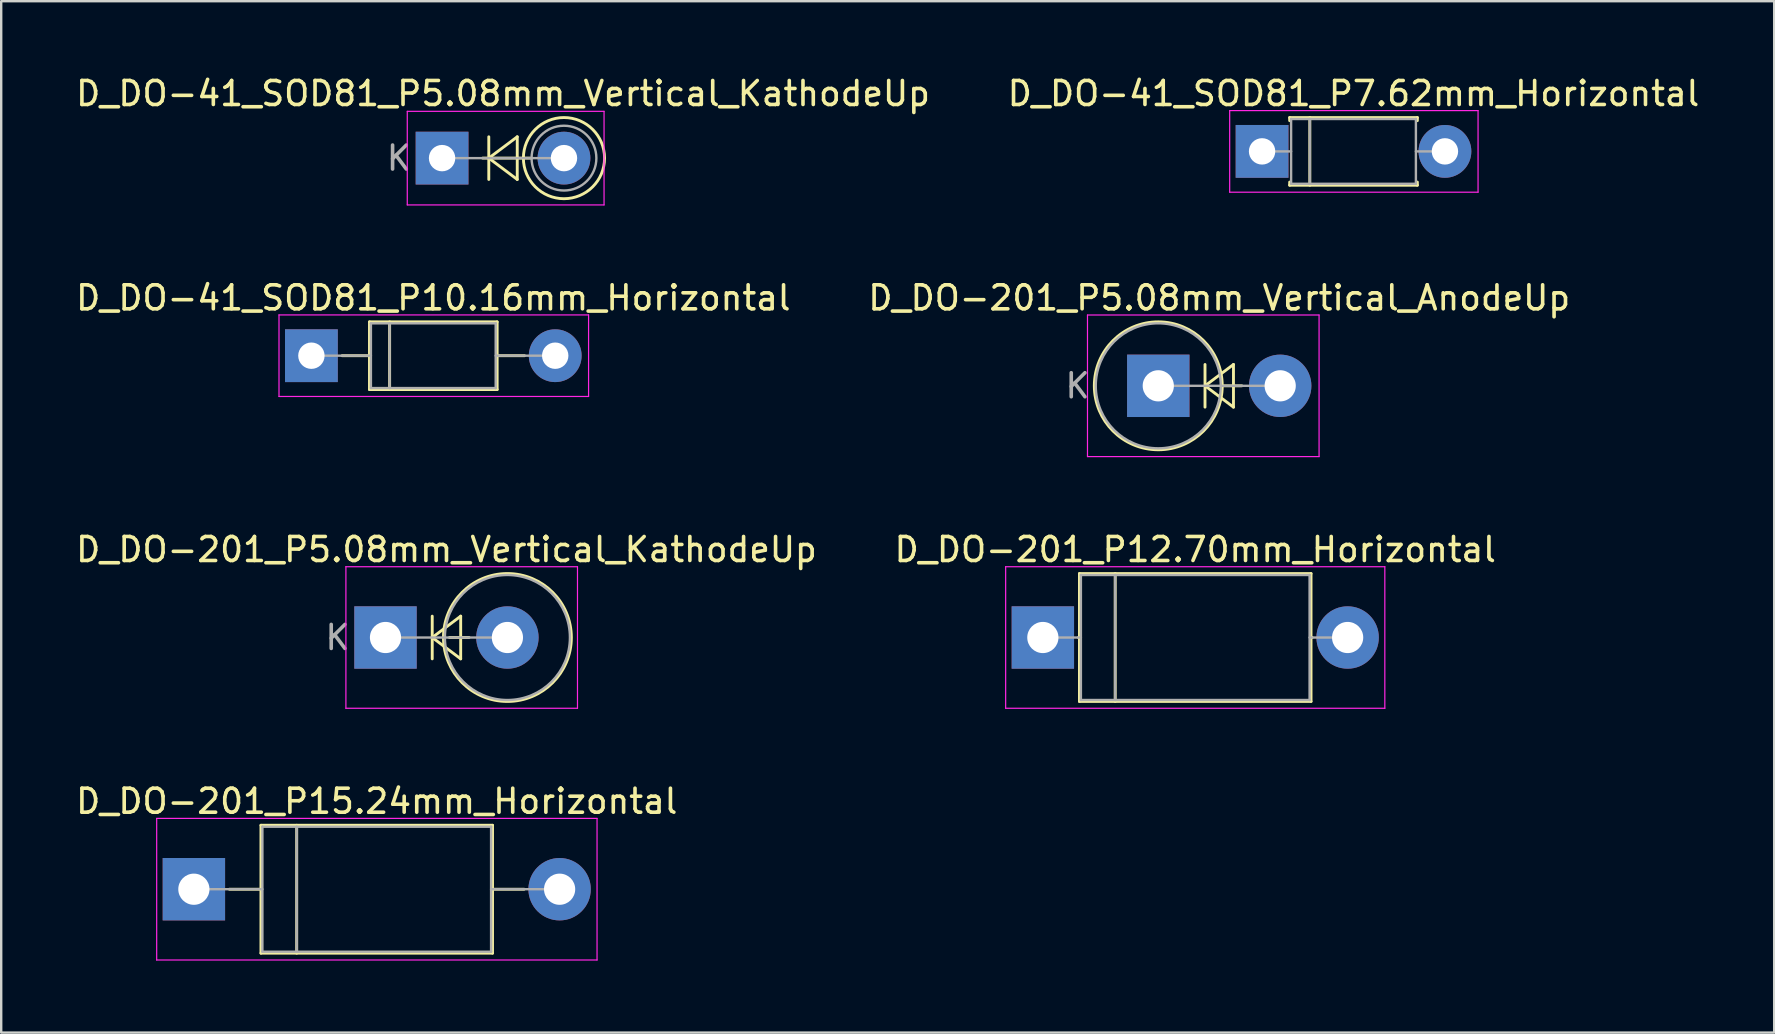
<source format=kicad_pcb>
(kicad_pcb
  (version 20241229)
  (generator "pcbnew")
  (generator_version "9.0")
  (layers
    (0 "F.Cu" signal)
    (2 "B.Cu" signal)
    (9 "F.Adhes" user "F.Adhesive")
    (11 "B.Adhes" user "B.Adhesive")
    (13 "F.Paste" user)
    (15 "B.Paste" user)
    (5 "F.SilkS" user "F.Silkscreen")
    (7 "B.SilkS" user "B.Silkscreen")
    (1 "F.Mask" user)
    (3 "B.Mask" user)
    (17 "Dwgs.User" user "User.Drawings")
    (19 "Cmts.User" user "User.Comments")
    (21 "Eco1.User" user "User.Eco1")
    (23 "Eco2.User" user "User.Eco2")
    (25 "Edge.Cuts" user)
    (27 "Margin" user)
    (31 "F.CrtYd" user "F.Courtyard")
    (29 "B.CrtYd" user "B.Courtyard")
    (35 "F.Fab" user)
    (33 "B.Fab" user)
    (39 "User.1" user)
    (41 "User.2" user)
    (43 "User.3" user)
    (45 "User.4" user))
  (footprint "D_DO-201_P5.08mm_Vertical_KathodeUp"
    (layer "F.Cu")
    (at 13.014 23.515)
    (property "Reference" "D_DO-201_P5.08mm_Vertical_KathodeUp" (at 2.54 -3.665 0) (layer "F.SilkS") (effects (font (size 1 1) (thickness 0.15))))
    (attr through_hole)
    (fp_line (start 1.947 -0.889) (end 1.947 0.889) (stroke (width 0.12) (type solid)) (layer "F.SilkS"))
    (fp_line (start 1.947 0) (end 3.133 -0.889) (stroke (width 0.12) (type solid)) (layer "F.SilkS"))
    (fp_line (start 2.665 0) (end 3.48 0) (stroke (width 0.12) (type solid)) (layer "F.SilkS"))
    (fp_line (start 3.133 -0.889) (end 3.133 0.889) (stroke (width 0.12) (type solid)) (layer "F.SilkS"))
    (fp_line (start 3.133 0.889) (end 1.947 0) (stroke (width 0.12) (type solid)) (layer "F.SilkS"))
    (fp_circle (center 5.08 0) (end 7.745 0) (stroke (width 0.12) (type solid)) (fill no) (layer "F.SilkS"))
    (fp_line (start -1.65 -2.95) (end -1.65 2.95) (stroke (width 0.05) (type solid)) (layer "F.CrtYd"))
    (fp_line (start -1.65 2.95) (end 8 2.95) (stroke (width 0.05) (type solid)) (layer "F.CrtYd"))
    (fp_line (start 8 -2.95) (end -1.65 -2.95) (stroke (width 0.05) (type solid)) (layer "F.CrtYd"))
    (fp_line (start 8 2.95) (end 8 -2.95) (stroke (width 0.05) (type solid)) (layer "F.CrtYd"))
    (fp_line (start 0 0) (end 5.08 0) (stroke (width 0.1) (type solid)) (layer "F.Fab"))
    (fp_circle (center 5.08 0) (end 7.685 0) (stroke (width 0.1) (type solid)) (fill no) (layer "F.Fab"))
    (fp_text user "K" (at -2 0 0) (layer "F.Fab") (effects (font (size 1 1) (thickness 0.15))))
    (pad "1" thru_hole rect (at 0 0) (size 2.6 2.6) (drill 1.3) (layers "*.Cu" "*.Mask"))
    (pad "2" thru_hole oval (at 5.08 0) (size 2.6 2.6) (drill 1.3) (layers "*.Cu" "*.Mask")))
  (footprint "D_DO-201_P12.70mm_Horizontal"
    (layer "F.Cu")
    (at 40.406 23.515)
    (property "Reference" "D_DO-201_P12.70mm_Horizontal" (at 6.35 -3.665 0) (layer "F.SilkS") (effects (font (size 1 1) (thickness 0.15))))
    (attr through_hole)
    (fp_line (start 1.48 0) (end 1.525 0) (stroke (width 0.12) (type solid)) (layer "F.SilkS"))
    (fp_line (start 1.525 -2.665) (end 1.525 2.665) (stroke (width 0.12) (type solid)) (layer "F.SilkS"))
    (fp_line (start 1.525 2.665) (end 11.175 2.665) (stroke (width 0.12) (type solid)) (layer "F.SilkS"))
    (fp_line (start 3.014 -2.665) (end 3.014 2.665) (stroke (width 0.12) (type solid)) (layer "F.SilkS"))
    (fp_line (start 11.175 -2.665) (end 1.525 -2.665) (stroke (width 0.12) (type solid)) (layer "F.SilkS"))
    (fp_line (start 11.175 2.665) (end 11.175 -2.665) (stroke (width 0.12) (type solid)) (layer "F.SilkS"))
    (fp_line (start 11.22 0) (end 11.175 0) (stroke (width 0.12) (type solid)) (layer "F.SilkS"))
    (fp_line (start -1.55 -2.95) (end -1.55 2.95) (stroke (width 0.05) (type solid)) (layer "F.CrtYd"))
    (fp_line (start -1.55 2.95) (end 14.25 2.95) (stroke (width 0.05) (type solid)) (layer "F.CrtYd"))
    (fp_line (start 14.25 -2.95) (end -1.55 -2.95) (stroke (width 0.05) (type solid)) (layer "F.CrtYd"))
    (fp_line (start 14.25 2.95) (end 14.25 -2.95) (stroke (width 0.05) (type solid)) (layer "F.CrtYd"))
    (fp_line (start 0 0) (end 1.585 0) (stroke (width 0.1) (type solid)) (layer "F.Fab"))
    (fp_line (start 1.585 -2.605) (end 1.585 2.605) (stroke (width 0.1) (type solid)) (layer "F.Fab"))
    (fp_line (start 1.585 2.605) (end 11.115 2.605) (stroke (width 0.1) (type solid)) (layer "F.Fab"))
    (fp_line (start 3.014 -2.605) (end 3.014 2.605) (stroke (width 0.1) (type solid)) (layer "F.Fab"))
    (fp_line (start 11.115 -2.605) (end 1.585 -2.605) (stroke (width 0.1) (type solid)) (layer "F.Fab"))
    (fp_line (start 11.115 2.605) (end 11.115 -2.605) (stroke (width 0.1) (type solid)) (layer "F.Fab"))
    (fp_line (start 12.7 0) (end 11.115 0) (stroke (width 0.1) (type solid)) (layer "F.Fab"))
    (pad "1" thru_hole rect (at 0 0) (size 2.6 2.6) (drill 1.3) (layers "*.Cu" "*.Mask"))
    (pad "2" thru_hole oval (at 12.7 0) (size 2.6 2.6) (drill 1.3) (layers "*.Cu" "*.Mask")))
  (footprint "D_DO-41_SOD81_P5.08mm_Vertical_KathodeUp"
    (layer "F.Cu")
    (at 15.371 3.539)
    (property "Reference" "D_DO-41_SOD81_P5.08mm_Vertical_KathodeUp" (at 2.54 -2.691 0) (layer "F.SilkS") (effects (font (size 1 1) (thickness 0.15))))
    (attr through_hole)
    (fp_line (start 1.691 0) (end 3.68 0) (stroke (width 0.12) (type solid)) (layer "F.SilkS"))
    (fp_line (start 1.947 -0.889) (end 1.947 0.889) (stroke (width 0.12) (type solid)) (layer "F.SilkS"))
    (fp_line (start 1.947 0) (end 3.133 -0.889) (stroke (width 0.12) (type solid)) (layer "F.SilkS"))
    (fp_line (start 3.133 -0.889) (end 3.133 0.889) (stroke (width 0.12) (type solid)) (layer "F.SilkS"))
    (fp_line (start 3.133 0.889) (end 1.947 0) (stroke (width 0.12) (type solid)) (layer "F.SilkS"))
    (fp_circle (center 5.08 0) (end 6.771 0) (stroke (width 0.12) (type solid)) (fill no) (layer "F.SilkS"))
    (fp_line (start -1.45 -1.95) (end -1.45 1.95) (stroke (width 0.05) (type solid)) (layer "F.CrtYd"))
    (fp_line (start -1.45 1.95) (end 6.75 1.95) (stroke (width 0.05) (type solid)) (layer "F.CrtYd"))
    (fp_line (start 6.75 -1.95) (end -1.45 -1.95) (stroke (width 0.05) (type solid)) (layer "F.CrtYd"))
    (fp_line (start 6.75 1.95) (end 6.75 -1.95) (stroke (width 0.05) (type solid)) (layer "F.CrtYd"))
    (fp_line (start 0 0) (end 5.08 0) (stroke (width 0.1) (type solid)) (layer "F.Fab"))
    (fp_circle (center 5.08 0) (end 6.43 0) (stroke (width 0.1) (type solid)) (fill no) (layer "F.Fab"))
    (fp_text user "K" (at -1.8 0 0) (layer "F.Fab") (effects (font (size 1 1) (thickness 0.15))))
    (pad "1" thru_hole rect (at 0 0) (size 2.2 2.2) (drill 1.1) (layers "*.Cu" "*.Mask"))
    (pad "2" thru_hole oval (at 5.08 0) (size 2.2 2.2) (drill 1.1) (layers "*.Cu" "*.Mask")))
  (footprint "D_DO-41_SOD81_P7.62mm_Horizontal"
    (layer "F.Cu")
    (at 49.541 3.258)
    (property "Reference" "D_DO-41_SOD81_P7.62mm_Horizontal" (at 3.81 -2.41 0) (layer "F.SilkS") (effects (font (size 1 1) (thickness 0.15))))
    (attr through_hole)
    (fp_line (start 1.15 -1.41) (end 6.47 -1.41) (stroke (width 0.12) (type solid)) (layer "F.SilkS"))
    (fp_line (start 1.15 -1.28) (end 1.15 -1.41) (stroke (width 0.12) (type solid)) (layer "F.SilkS"))
    (fp_line (start 1.15 1.28) (end 1.15 1.41) (stroke (width 0.12) (type solid)) (layer "F.SilkS"))
    (fp_line (start 1.15 1.41) (end 6.47 1.41) (stroke (width 0.12) (type solid)) (layer "F.SilkS"))
    (fp_line (start 1.99 -1.41) (end 1.99 1.41) (stroke (width 0.12) (type solid)) (layer "F.SilkS"))
    (fp_line (start 6.47 -1.41) (end 6.47 -1.28) (stroke (width 0.12) (type solid)) (layer "F.SilkS"))
    (fp_line (start 6.47 1.41) (end 6.47 1.28) (stroke (width 0.12) (type solid)) (layer "F.SilkS"))
    (fp_line (start -1.35 -1.7) (end -1.35 1.7) (stroke (width 0.05) (type solid)) (layer "F.CrtYd"))
    (fp_line (start -1.35 1.7) (end 9 1.7) (stroke (width 0.05) (type solid)) (layer "F.CrtYd"))
    (fp_line (start 9 -1.7) (end -1.35 -1.7) (stroke (width 0.05) (type solid)) (layer "F.CrtYd"))
    (fp_line (start 9 1.7) (end 9 -1.7) (stroke (width 0.05) (type solid)) (layer "F.CrtYd"))
    (fp_line (start 0 0) (end 1.21 0) (stroke (width 0.1) (type solid)) (layer "F.Fab"))
    (fp_line (start 1.21 -1.35) (end 1.21 1.35) (stroke (width 0.1) (type solid)) (layer "F.Fab"))
    (fp_line (start 1.21 1.35) (end 6.41 1.35) (stroke (width 0.1) (type solid)) (layer "F.Fab"))
    (fp_line (start 1.99 -1.35) (end 1.99 1.35) (stroke (width 0.1) (type solid)) (layer "F.Fab"))
    (fp_line (start 6.41 -1.35) (end 1.21 -1.35) (stroke (width 0.1) (type solid)) (layer "F.Fab"))
    (fp_line (start 6.41 1.35) (end 6.41 -1.35) (stroke (width 0.1) (type solid)) (layer "F.Fab"))
    (fp_line (start 7.62 0) (end 6.41 0) (stroke (width 0.1) (type solid)) (layer "F.Fab"))
    (pad "1" thru_hole rect (at 0 0) (size 2.2 2.2) (drill 1.1) (layers "*.Cu" "*.Mask"))
    (pad "2" thru_hole oval (at 7.62 0) (size 2.2 2.2) (drill 1.1) (layers "*.Cu" "*.Mask")))
  (footprint "D_DO-201_P5.08mm_Vertical_AnodeUp"
    (layer "F.Cu")
    (at 45.216 13.027)
    (property "Reference" "D_DO-201_P5.08mm_Vertical_AnodeUp" (at 2.54 -3.665 0) (layer "F.SilkS") (effects (font (size 1 1) (thickness 0.15))))
    (attr through_hole)
    (fp_line (start 1.947 -0.889) (end 1.947 0.889) (stroke (width 0.12) (type solid)) (layer "F.SilkS"))
    (fp_line (start 1.947 0) (end 3.133 -0.889) (stroke (width 0.12) (type solid)) (layer "F.SilkS"))
    (fp_line (start 2.665 0) (end 3.48 0) (stroke (width 0.12) (type solid)) (layer "F.SilkS"))
    (fp_line (start 3.133 -0.889) (end 3.133 0.889) (stroke (width 0.12) (type solid)) (layer "F.SilkS"))
    (fp_line (start 3.133 0.889) (end 1.947 0) (stroke (width 0.12) (type solid)) (layer "F.SilkS"))
    (fp_circle (center 0 0) (end 2.665 0) (stroke (width 0.12) (type solid)) (fill no) (layer "F.SilkS"))
    (fp_line (start -2.95 -2.95) (end -2.95 2.95) (stroke (width 0.05) (type solid)) (layer "F.CrtYd"))
    (fp_line (start -2.95 2.95) (end 6.7 2.95) (stroke (width 0.05) (type solid)) (layer "F.CrtYd"))
    (fp_line (start 6.7 -2.95) (end -2.95 -2.95) (stroke (width 0.05) (type solid)) (layer "F.CrtYd"))
    (fp_line (start 6.7 2.95) (end 6.7 -2.95) (stroke (width 0.05) (type solid)) (layer "F.CrtYd"))
    (fp_line (start 0 0) (end 5.08 0) (stroke (width 0.1) (type solid)) (layer "F.Fab"))
    (fp_circle (center 0 0) (end 2.605 0) (stroke (width 0.1) (type solid)) (fill no) (layer "F.Fab"))
    (fp_text user "K" (at -3.365 0 0) (layer "F.Fab") (effects (font (size 1 1) (thickness 0.15))))
    (pad "1" thru_hole rect (at 0 0) (size 2.6 2.6) (drill 1.3) (layers "*.Cu" "*.Mask"))
    (pad "2" thru_hole oval (at 5.08 0) (size 2.6 2.6) (drill 1.3) (layers "*.Cu" "*.Mask")))
  (footprint "D_DO-41_SOD81_P10.16mm_Horizontal"
    (layer "F.Cu")
    (at 9.926 11.772)
    (property "Reference" "D_DO-41_SOD81_P10.16mm_Horizontal" (at 5.08 -2.41 0) (layer "F.SilkS") (effects (font (size 1 1) (thickness 0.15))))
    (attr through_hole)
    (fp_line (start 1.28 0) (end 2.42 0) (stroke (width 0.12) (type solid)) (layer "F.SilkS"))
    (fp_line (start 2.42 -1.41) (end 2.42 1.41) (stroke (width 0.12) (type solid)) (layer "F.SilkS"))
    (fp_line (start 2.42 1.41) (end 7.74 1.41) (stroke (width 0.12) (type solid)) (layer "F.SilkS"))
    (fp_line (start 3.26 -1.41) (end 3.26 1.41) (stroke (width 0.12) (type solid)) (layer "F.SilkS"))
    (fp_line (start 7.74 -1.41) (end 2.42 -1.41) (stroke (width 0.12) (type solid)) (layer "F.SilkS"))
    (fp_line (start 7.74 1.41) (end 7.74 -1.41) (stroke (width 0.12) (type solid)) (layer "F.SilkS"))
    (fp_line (start 8.88 0) (end 7.74 0) (stroke (width 0.12) (type solid)) (layer "F.SilkS"))
    (fp_line (start -1.35 -1.7) (end -1.35 1.7) (stroke (width 0.05) (type solid)) (layer "F.CrtYd"))
    (fp_line (start -1.35 1.7) (end 11.55 1.7) (stroke (width 0.05) (type solid)) (layer "F.CrtYd"))
    (fp_line (start 11.55 -1.7) (end -1.35 -1.7) (stroke (width 0.05) (type solid)) (layer "F.CrtYd"))
    (fp_line (start 11.55 1.7) (end 11.55 -1.7) (stroke (width 0.05) (type solid)) (layer "F.CrtYd"))
    (fp_line (start 0 0) (end 2.48 0) (stroke (width 0.1) (type solid)) (layer "F.Fab"))
    (fp_line (start 2.48 -1.35) (end 2.48 1.35) (stroke (width 0.1) (type solid)) (layer "F.Fab"))
    (fp_line (start 2.48 1.35) (end 7.68 1.35) (stroke (width 0.1) (type solid)) (layer "F.Fab"))
    (fp_line (start 3.26 -1.35) (end 3.26 1.35) (stroke (width 0.1) (type solid)) (layer "F.Fab"))
    (fp_line (start 7.68 -1.35) (end 2.48 -1.35) (stroke (width 0.1) (type solid)) (layer "F.Fab"))
    (fp_line (start 7.68 1.35) (end 7.68 -1.35) (stroke (width 0.1) (type solid)) (layer "F.Fab"))
    (fp_line (start 10.16 0) (end 7.68 0) (stroke (width 0.1) (type solid)) (layer "F.Fab"))
    (pad "1" thru_hole rect (at 0 0) (size 2.2 2.2) (drill 1.1) (layers "*.Cu" "*.Mask"))
    (pad "2" thru_hole oval (at 10.16 0) (size 2.2 2.2) (drill 1.1) (layers "*.Cu" "*.Mask")))
  (footprint "D_DO-201_P15.24mm_Horizontal"
    (layer "F.Cu")
    (at 5.029 34.004)
    (property "Reference" "D_DO-201_P15.24mm_Horizontal" (at 7.62 -3.665 0) (layer "F.SilkS") (effects (font (size 1 1) (thickness 0.15))))
    (attr through_hole)
    (fp_line (start 1.48 0) (end 2.795 0) (stroke (width 0.12) (type solid)) (layer "F.SilkS"))
    (fp_line (start 2.795 -2.665) (end 2.795 2.665) (stroke (width 0.12) (type solid)) (layer "F.SilkS"))
    (fp_line (start 2.795 2.665) (end 12.445 2.665) (stroke (width 0.12) (type solid)) (layer "F.SilkS"))
    (fp_line (start 4.285 -2.665) (end 4.285 2.665) (stroke (width 0.12) (type solid)) (layer "F.SilkS"))
    (fp_line (start 12.445 -2.665) (end 2.795 -2.665) (stroke (width 0.12) (type solid)) (layer "F.SilkS"))
    (fp_line (start 12.445 2.665) (end 12.445 -2.665) (stroke (width 0.12) (type solid)) (layer "F.SilkS"))
    (fp_line (start 13.76 0) (end 12.445 0) (stroke (width 0.12) (type solid)) (layer "F.SilkS"))
    (fp_line (start -1.55 -2.95) (end -1.55 2.95) (stroke (width 0.05) (type solid)) (layer "F.CrtYd"))
    (fp_line (start -1.55 2.95) (end 16.8 2.95) (stroke (width 0.05) (type solid)) (layer "F.CrtYd"))
    (fp_line (start 16.8 -2.95) (end -1.55 -2.95) (stroke (width 0.05) (type solid)) (layer "F.CrtYd"))
    (fp_line (start 16.8 2.95) (end 16.8 -2.95) (stroke (width 0.05) (type solid)) (layer "F.CrtYd"))
    (fp_line (start 0 0) (end 2.855 0) (stroke (width 0.1) (type solid)) (layer "F.Fab"))
    (fp_line (start 2.855 -2.605) (end 2.855 2.605) (stroke (width 0.1) (type solid)) (layer "F.Fab"))
    (fp_line (start 2.855 2.605) (end 12.385 2.605) (stroke (width 0.1) (type solid)) (layer "F.Fab"))
    (fp_line (start 4.285 -2.605) (end 4.285 2.605) (stroke (width 0.1) (type solid)) (layer "F.Fab"))
    (fp_line (start 12.385 -2.605) (end 2.855 -2.605) (stroke (width 0.1) (type solid)) (layer "F.Fab"))
    (fp_line (start 12.385 2.605) (end 12.385 -2.605) (stroke (width 0.1) (type solid)) (layer "F.Fab"))
    (fp_line (start 15.24 0) (end 12.385 0) (stroke (width 0.1) (type solid)) (layer "F.Fab"))
    (pad "1" thru_hole rect (at 0 0) (size 2.6 2.6) (drill 1.3) (layers "*.Cu" "*.Mask"))
    (pad "2" thru_hole oval (at 15.24 0) (size 2.6 2.6) (drill 1.3) (layers "*.Cu" "*.Mask")))
  (gr_rect
    (start -3 -3)
    (end 70.881 39.979)
    (stroke (width 0.1) (type default))
    (fill no)
    (layer "Edge.Cuts")))
</source>
